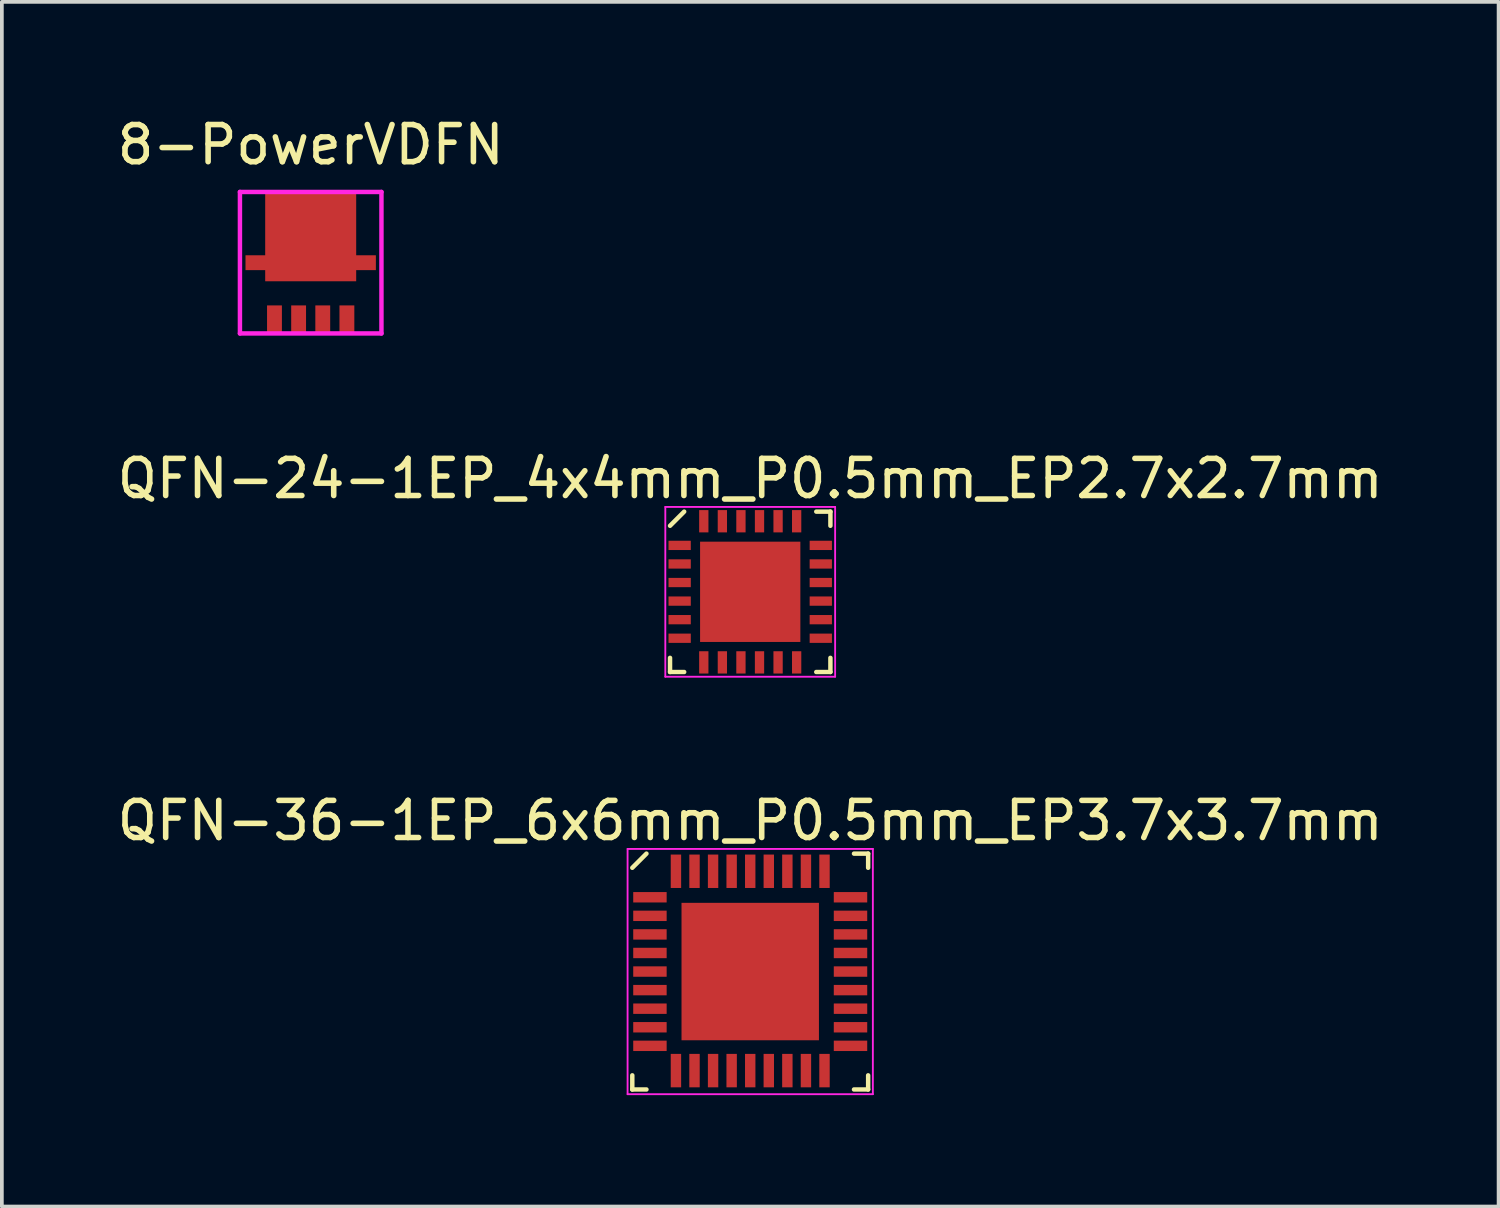
<source format=kicad_pcb>
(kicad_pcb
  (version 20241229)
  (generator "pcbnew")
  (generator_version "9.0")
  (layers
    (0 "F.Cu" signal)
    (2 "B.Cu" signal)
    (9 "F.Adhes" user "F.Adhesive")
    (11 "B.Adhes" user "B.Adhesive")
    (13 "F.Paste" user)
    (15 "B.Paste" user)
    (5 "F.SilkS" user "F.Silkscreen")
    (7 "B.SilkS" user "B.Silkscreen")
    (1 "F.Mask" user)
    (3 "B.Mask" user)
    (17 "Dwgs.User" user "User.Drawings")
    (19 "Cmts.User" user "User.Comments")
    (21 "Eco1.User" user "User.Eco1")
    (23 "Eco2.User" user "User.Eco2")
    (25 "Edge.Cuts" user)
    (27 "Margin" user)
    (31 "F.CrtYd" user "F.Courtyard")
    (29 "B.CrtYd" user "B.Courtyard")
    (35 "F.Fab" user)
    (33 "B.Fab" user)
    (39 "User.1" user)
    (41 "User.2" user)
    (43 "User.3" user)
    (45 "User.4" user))
  (footprint "QFN-36-1EP_6x6mm_P0.5mm_EP3.7x3.7mm"
    (layer "F.Cu")
    (at 17.149 23.108)
    (property "Reference" "QFN-36-1EP_6x6mm_P0.5mm_EP3.7x3.7mm" (at 0 -4.064 0) (layer "F.SilkS") (effects (font (size 1 1) (thickness 0.15))))
    (attr smd)
    (fp_line (start -3.175 2.794) (end -3.175 3.175) (stroke (width 0.12) (type solid)) (layer "F.SilkS"))
    (fp_line (start -2.794 -3.175) (end -3.175 -2.794) (stroke (width 0.12) (type solid)) (layer "F.SilkS"))
    (fp_line (start -2.794 3.175) (end -3.175 3.175) (stroke (width 0.12) (type solid)) (layer "F.SilkS"))
    (fp_line (start 2.794 -3.175) (end 3.175 -3.175) (stroke (width 0.12) (type solid)) (layer "F.SilkS"))
    (fp_line (start 2.794 3.175) (end 3.175 3.175) (stroke (width 0.12) (type solid)) (layer "F.SilkS"))
    (fp_line (start 3.175 -2.794) (end 3.175 -3.175) (stroke (width 0.12) (type solid)) (layer "F.SilkS"))
    (fp_line (start 3.175 2.794) (end 3.175 3.175) (stroke (width 0.12) (type solid)) (layer "F.SilkS"))
    (fp_line (start -3.302 -3.302) (end -3.302 3.302) (stroke (width 0.05) (type solid)) (layer "F.CrtYd"))
    (fp_line (start -3.302 3.302) (end 3.302 3.302) (stroke (width 0.05) (type solid)) (layer "F.CrtYd"))
    (fp_line (start 3.302 -3.302) (end -3.302 -3.302) (stroke (width 0.05) (type solid)) (layer "F.CrtYd"))
    (fp_line (start 3.302 3.302) (end 3.302 -3.302) (stroke (width 0.05) (type solid)) (layer "F.CrtYd"))
    (pad "1" smd rect (at -2.7 -2) (size 0.9 0.28) (layers "F.Cu" "F.Mask" "F.Paste"))
    (pad "2" smd rect (at -2.7 -1.5) (size 0.9 0.28) (layers "F.Cu" "F.Mask" "F.Paste"))
    (pad "3" smd rect (at -2.7 -1) (size 0.9 0.28) (layers "F.Cu" "F.Mask" "F.Paste"))
    (pad "4" smd rect (at -2.7 -0.5) (size 0.9 0.28) (layers "F.Cu" "F.Mask" "F.Paste"))
    (pad "5" smd rect (at -2.7 0) (size 0.9 0.28) (layers "F.Cu" "F.Mask" "F.Paste"))
    (pad "6" smd rect (at -2.7 0.5) (size 0.9 0.28) (layers "F.Cu" "F.Mask" "F.Paste"))
    (pad "7" smd rect (at -2.7 1) (size 0.9 0.28) (layers "F.Cu" "F.Mask" "F.Paste"))
    (pad "8" smd rect (at -2.7 1.5) (size 0.9 0.28) (layers "F.Cu" "F.Mask" "F.Paste"))
    (pad "9" smd rect (at -2.7 2) (size 0.9 0.28) (layers "F.Cu" "F.Mask" "F.Paste"))
    (pad "10" smd rect (at -2 2.667 90) (size 0.9 0.28) (layers "F.Cu" "F.Mask" "F.Paste"))
    (pad "11" smd rect (at -1.5 2.667 90) (size 0.9 0.28) (layers "F.Cu" "F.Mask" "F.Paste"))
    (pad "12" smd rect (at -1 2.667 90) (size 0.9 0.28) (layers "F.Cu" "F.Mask" "F.Paste"))
    (pad "13" smd rect (at -0.5 2.667 90) (size 0.9 0.28) (layers "F.Cu" "F.Mask" "F.Paste"))
    (pad "14" smd rect (at 0 2.667 90) (size 0.9 0.28) (layers "F.Cu" "F.Mask" "F.Paste"))
    (pad "15" smd rect (at 0.5 2.667 90) (size 0.9 0.28) (layers "F.Cu" "F.Mask" "F.Paste"))
    (pad "16" smd rect (at 1 2.667 90) (size 0.9 0.28) (layers "F.Cu" "F.Mask" "F.Paste"))
    (pad "17" smd rect (at 1.5 2.667 90) (size 0.9 0.28) (layers "F.Cu" "F.Mask" "F.Paste"))
    (pad "18" smd rect (at 2 2.667 90) (size 0.9 0.28) (layers "F.Cu" "F.Mask" "F.Paste"))
    (pad "19" smd rect (at 2.7 2) (size 0.9 0.28) (layers "F.Cu" "F.Mask" "F.Paste"))
    (pad "20" smd rect (at 2.7 1.5) (size 0.9 0.28) (layers "F.Cu" "F.Mask" "F.Paste"))
    (pad "21" smd rect (at 2.7 1) (size 0.9 0.28) (layers "F.Cu" "F.Mask" "F.Paste"))
    (pad "22" smd rect (at 2.7 0.5) (size 0.9 0.28) (layers "F.Cu" "F.Mask" "F.Paste"))
    (pad "23" smd rect (at 2.7 0) (size 0.9 0.28) (layers "F.Cu" "F.Mask" "F.Paste"))
    (pad "24" smd rect (at 2.7 -0.5) (size 0.9 0.28) (layers "F.Cu" "F.Mask" "F.Paste"))
    (pad "25" smd rect (at 2.7 -1) (size 0.9 0.28) (layers "F.Cu" "F.Mask" "F.Paste"))
    (pad "26" smd rect (at 2.7 -1.5) (size 0.9 0.28) (layers "F.Cu" "F.Mask" "F.Paste"))
    (pad "27" smd rect (at 2.7 -2) (size 0.9 0.28) (layers "F.Cu" "F.Mask" "F.Paste"))
    (pad "28" smd rect (at 2 -2.7 90) (size 0.9 0.28) (layers "F.Cu" "F.Mask" "F.Paste"))
    (pad "29" smd rect (at 1.5 -2.7 90) (size 0.9 0.28) (layers "F.Cu" "F.Mask" "F.Paste"))
    (pad "30" smd rect (at 1 -2.7 90) (size 0.9 0.28) (layers "F.Cu" "F.Mask" "F.Paste"))
    (pad "31" smd rect (at 0.5 -2.7 90) (size 0.9 0.28) (layers "F.Cu" "F.Mask" "F.Paste"))
    (pad "32" smd rect (at 0 -2.7 90) (size 0.9 0.28) (layers "F.Cu" "F.Mask" "F.Paste"))
    (pad "33" smd rect (at -0.5 -2.7 90) (size 0.9 0.28) (layers "F.Cu" "F.Mask" "F.Paste"))
    (pad "34" smd rect (at -1 -2.7 90) (size 0.9 0.28) (layers "F.Cu" "F.Mask" "F.Paste"))
    (pad "35" smd rect (at -1.5 -2.7 90) (size 0.9 0.28) (layers "F.Cu" "F.Mask" "F.Paste"))
    (pad "36" smd rect (at -2 -2.7 90) (size 0.9 0.28) (layers "F.Cu" "F.Mask" "F.Paste"))
    (pad "37" smd rect (at 0 0 90) (size 3.7 3.7) (layers "F.Cu" "F.Mask" "F.Paste")))
  (footprint "QFN-24-1EP_4x4mm_P0.5mm_EP2.7x2.7mm"
    (layer "F.Cu")
    (at 17.149 12.884)
    (property "Reference" "QFN-24-1EP_4x4mm_P0.5mm_EP2.7x2.7mm" (at 0 -3.048 0) (layer "F.SilkS") (effects (font (size 1 1) (thickness 0.15))))
    (attr through_hole)
    (fp_line (start -2.159 2.159) (end -2.159 1.778) (stroke (width 0.12) (type solid)) (layer "F.SilkS"))
    (fp_line (start -1.778 -2.159) (end -2.159 -1.778) (stroke (width 0.12) (type solid)) (layer "F.SilkS"))
    (fp_line (start -1.778 2.159) (end -2.159 2.159) (stroke (width 0.12) (type solid)) (layer "F.SilkS"))
    (fp_line (start 1.778 -2.159) (end 2.159 -2.159) (stroke (width 0.12) (type solid)) (layer "F.SilkS"))
    (fp_line (start 2.159 -2.159) (end 2.159 -1.778) (stroke (width 0.12) (type solid)) (layer "F.SilkS"))
    (fp_line (start 2.159 1.778) (end 2.159 2.159) (stroke (width 0.12) (type solid)) (layer "F.SilkS"))
    (fp_line (start 2.159 2.159) (end 1.778 2.159) (stroke (width 0.12) (type solid)) (layer "F.SilkS"))
    (fp_line (start -2.286 -2.286) (end -2.286 2.286) (stroke (width 0.05) (type solid)) (layer "F.CrtYd"))
    (fp_line (start -2.286 2.286) (end 2.286 2.286) (stroke (width 0.05) (type solid)) (layer "F.CrtYd"))
    (fp_line (start 2.286 -2.286) (end -2.286 -2.286) (stroke (width 0.05) (type solid)) (layer "F.CrtYd"))
    (fp_line (start 2.286 2.286) (end 2.286 -2.286) (stroke (width 0.05) (type solid)) (layer "F.CrtYd"))
    (pad "1" smd rect (at -1.9 -1.25) (size 0.6 0.25) (layers "F.Cu" "F.Mask" "F.Paste"))
    (pad "2" smd rect (at -1.9 -0.75) (size 0.6 0.25) (layers "F.Cu" "F.Mask" "F.Paste"))
    (pad "3" smd rect (at -1.9 -0.25) (size 0.6 0.25) (layers "F.Cu" "F.Mask" "F.Paste"))
    (pad "4" smd rect (at -1.9 0.25) (size 0.6 0.25) (layers "F.Cu" "F.Mask" "F.Paste"))
    (pad "5" smd rect (at -1.9 0.75) (size 0.6 0.25) (layers "F.Cu" "F.Mask" "F.Paste"))
    (pad "6" smd rect (at -1.9 1.25) (size 0.6 0.25) (layers "F.Cu" "F.Mask" "F.Paste"))
    (pad "7" smd rect (at -1.25 1.9 90) (size 0.6 0.25) (layers "F.Cu" "F.Mask" "F.Paste"))
    (pad "8" smd rect (at -0.75 1.9 90) (size 0.6 0.25) (layers "F.Cu" "F.Mask" "F.Paste"))
    (pad "9" smd rect (at -0.25 1.9 90) (size 0.6 0.25) (layers "F.Cu" "F.Mask" "F.Paste"))
    (pad "10" smd rect (at 0.25 1.9 90) (size 0.6 0.25) (layers "F.Cu" "F.Mask" "F.Paste"))
    (pad "11" smd rect (at 0.75 1.9 90) (size 0.6 0.25) (layers "F.Cu" "F.Mask" "F.Paste"))
    (pad "12" smd rect (at 1.25 1.9 90) (size 0.6 0.25) (layers "F.Cu" "F.Mask" "F.Paste"))
    (pad "13" smd rect (at 1.9 1.25) (size 0.6 0.25) (layers "F.Cu" "F.Mask" "F.Paste"))
    (pad "14" smd rect (at 1.9 0.75) (size 0.6 0.25) (layers "F.Cu" "F.Mask" "F.Paste"))
    (pad "15" smd rect (at 1.9 0.25) (size 0.6 0.25) (layers "F.Cu" "F.Mask" "F.Paste"))
    (pad "16" smd rect (at 1.9 -0.25) (size 0.6 0.25) (layers "F.Cu" "F.Mask" "F.Paste"))
    (pad "17" smd rect (at 1.9 -0.75) (size 0.6 0.25) (layers "F.Cu" "F.Mask" "F.Paste"))
    (pad "18" smd rect (at 1.9 -1.25) (size 0.6 0.25) (layers "F.Cu" "F.Mask" "F.Paste"))
    (pad "19" smd rect (at 1.25 -1.9 90) (size 0.6 0.25) (layers "F.Cu" "F.Mask" "F.Paste"))
    (pad "20" smd rect (at 0.75 -1.9 90) (size 0.6 0.25) (layers "F.Cu" "F.Mask" "F.Paste"))
    (pad "21" smd rect (at 0.25 -1.9 90) (size 0.6 0.25) (layers "F.Cu" "F.Mask" "F.Paste"))
    (pad "22" smd rect (at -0.25 -1.9 90) (size 0.6 0.25) (layers "F.Cu" "F.Mask" "F.Paste"))
    (pad "23" smd rect (at -0.75 -1.9 90) (size 0.6 0.25) (layers "F.Cu" "F.Mask" "F.Paste"))
    (pad "24" smd rect (at -1.25 -1.9 90) (size 0.6 0.25) (layers "F.Cu" "F.Mask" "F.Paste"))
    (pad "25" smd rect (at 0 0 90) (size 2.7 2.7) (layers "F.Cu" "F.Mask" "F.Paste")))
  (footprint "8-PowerVDFN"
    (layer "F.Cu")
    (at 5.315 4.023)
    (property "Reference" "8-PowerVDFN" (at 0 -3.175 0) (layer "F.SilkS") (effects (font (size 1 1) (thickness 0.15))))
    (attr through_hole)
    (fp_line (start -1.905 -1.905) (end -1.905 1.905) (stroke (width 0.12) (type solid)) (layer "F.CrtYd"))
    (fp_line (start -1.905 1.905) (end 1.905 1.905) (stroke (width 0.12) (type solid)) (layer "F.CrtYd"))
    (fp_line (start 1.905 -1.905) (end -1.905 -1.905) (stroke (width 0.12) (type solid)) (layer "F.CrtYd"))
    (fp_line (start 1.905 1.905) (end 1.905 -1.905) (stroke (width 0.12) (type solid)) (layer "F.CrtYd"))
    (pad "1" smd rect (at -0.975 1.525) (size 0.4 0.75) (layers "F.Cu" "F.Mask" "F.Paste"))
    (pad "1" smd rect (at -0.325 1.525) (size 0.4 0.75) (layers "F.Cu" "F.Mask" "F.Paste"))
    (pad "1" smd rect (at 0.325 1.525) (size 0.4 0.75) (layers "F.Cu" "F.Mask" "F.Paste"))
    (pad "2" smd rect (at 0.975 1.525) (size 0.4 0.75) (layers "F.Cu" "F.Mask" "F.Paste"))
    (pad "3" smd custom (at 0 0) (size 0.4 0.75) (layers "F.Cu" "F.Mask" "F.Paste") (options (anchor rect)) (primitives (gr_poly (pts (xy -1.225 -1.9) (xy 1.225 -1.9) (xy 1.225 -0.2) (xy 1.755 -0.2) (xy 1.755 0.2) (xy 1.225 0.2) (xy 1.225 0.5) (xy -1.225 0.5) (xy -1.225 0.2) (xy -1.755 0.2) (xy -1.755 -0.2) (xy -1.225 -0.2)) (width 0) (fill yes)))))
  (gr_rect
    (start -3 -3)
    (end 37.298 29.435)
    (stroke (width 0.1) (type default))
    (fill no)
    (layer "Edge.Cuts")))
</source>
